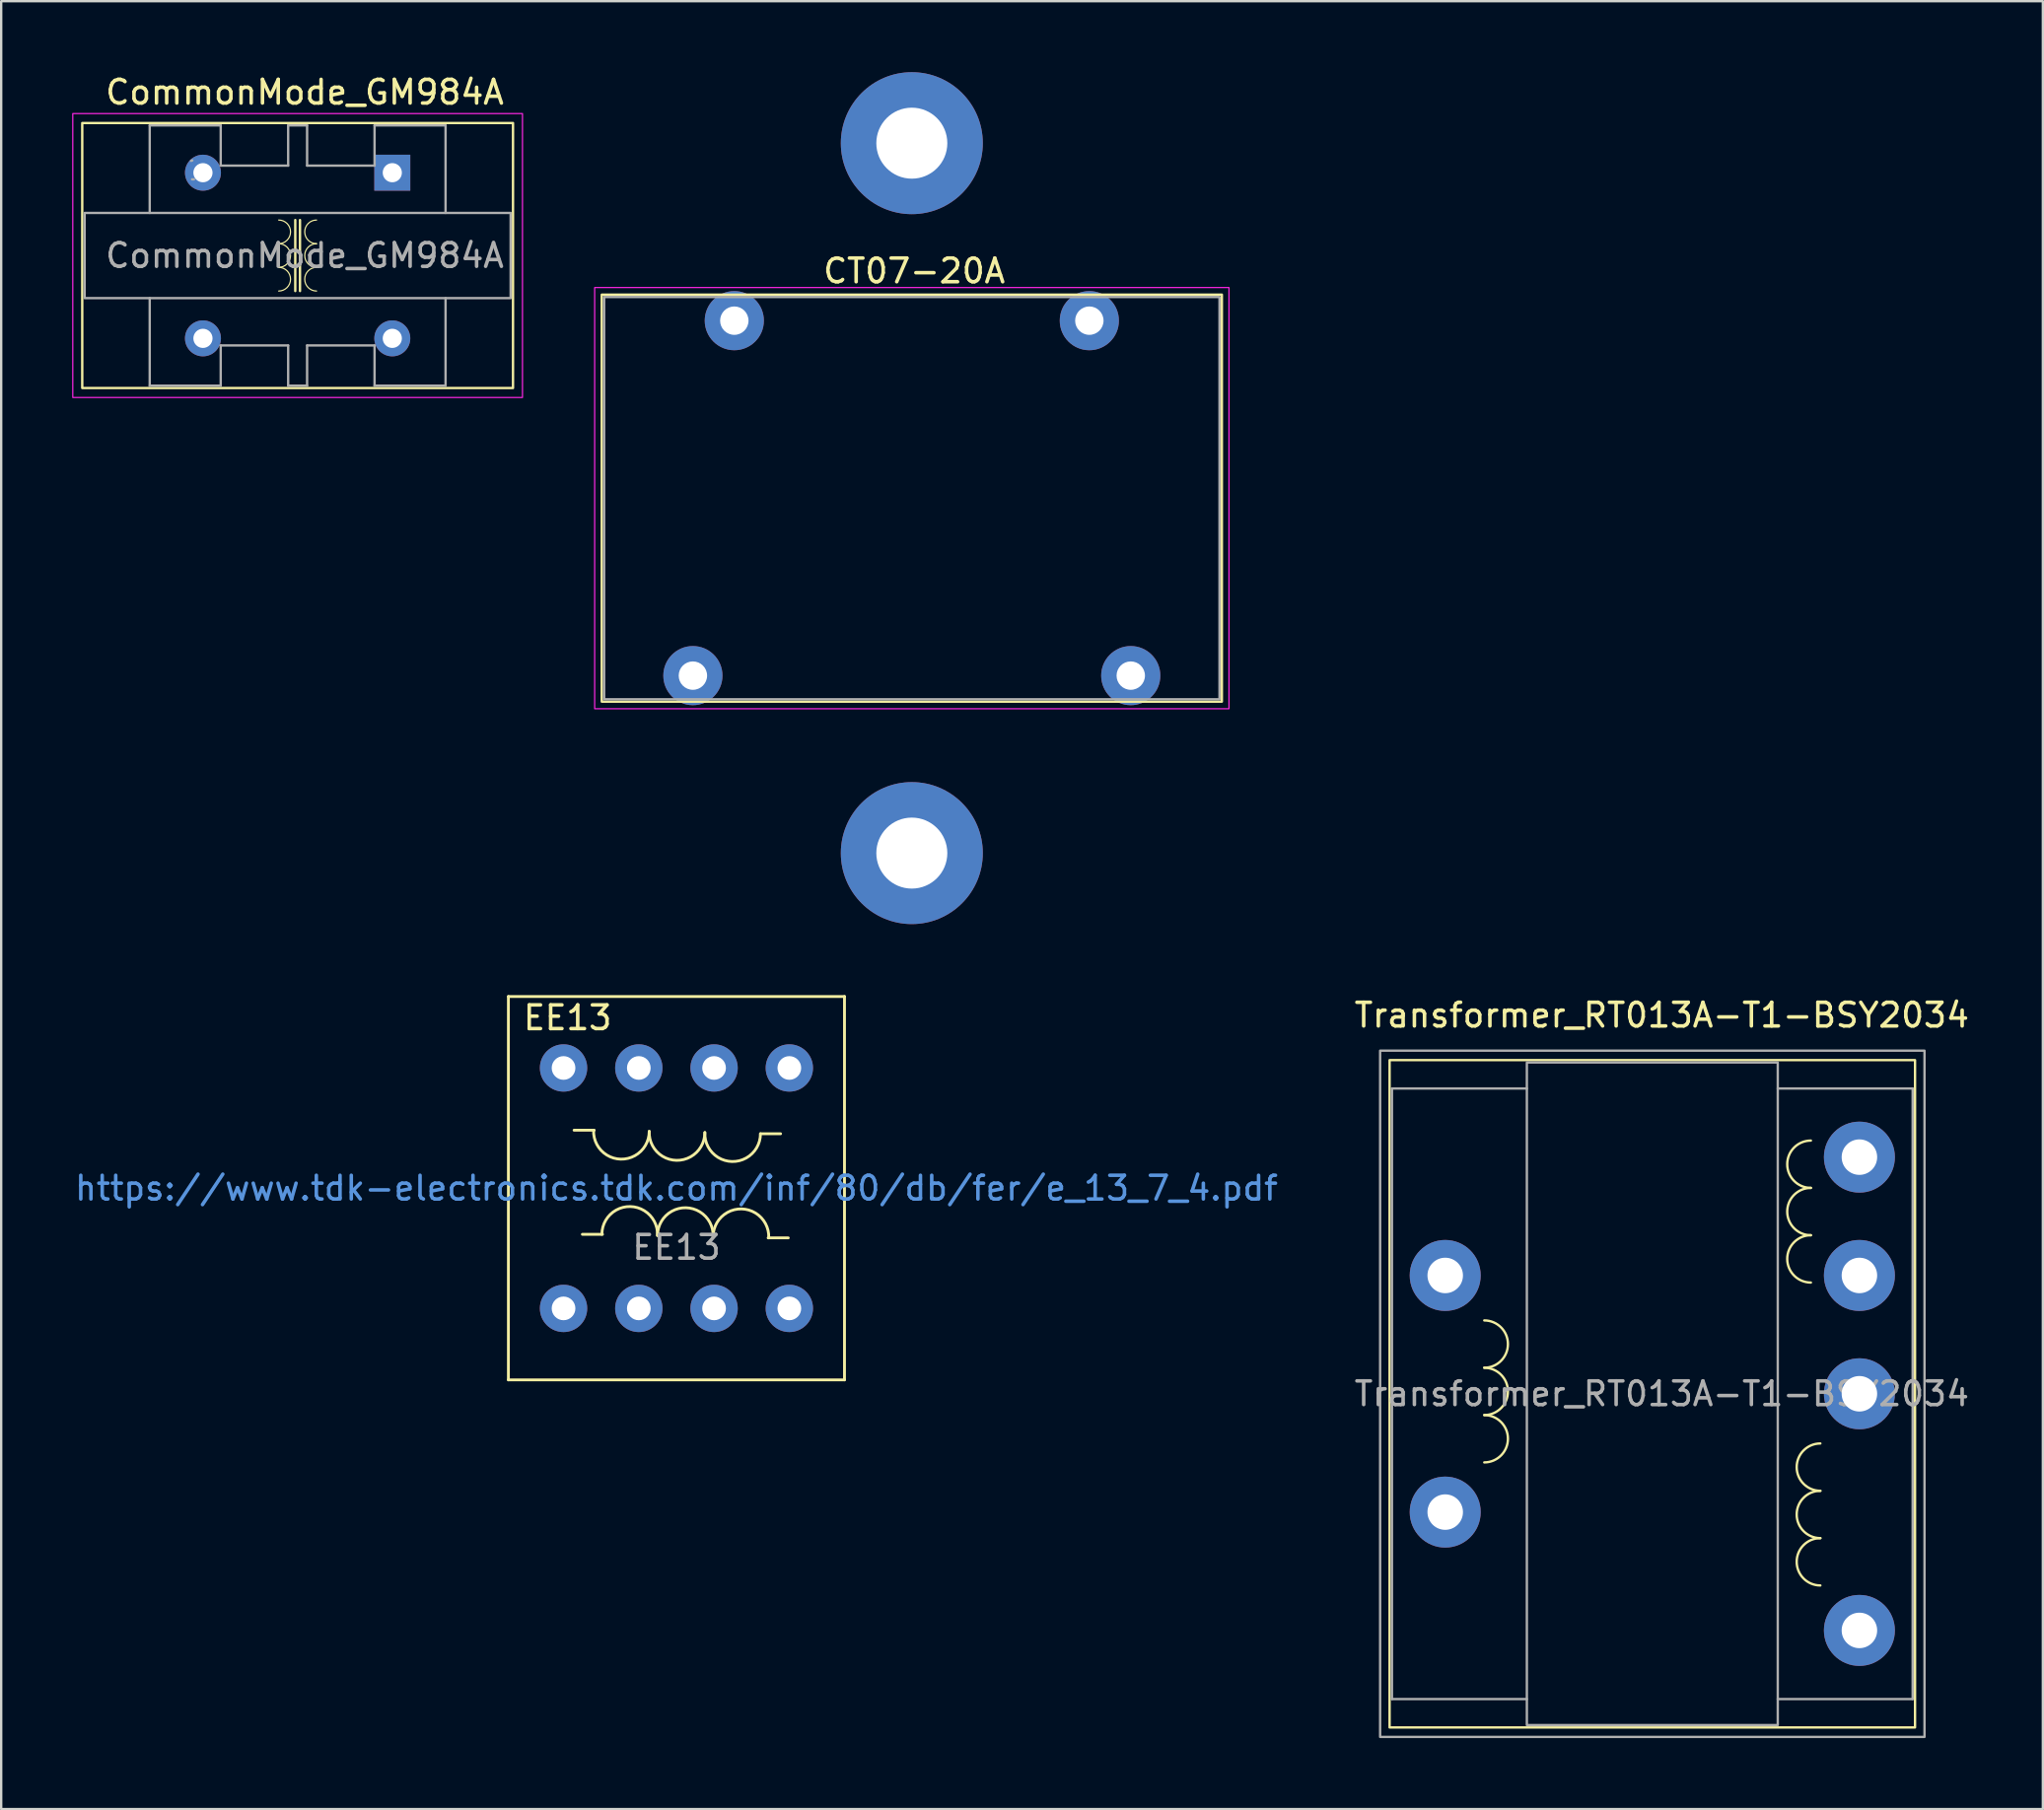
<source format=kicad_pcb>
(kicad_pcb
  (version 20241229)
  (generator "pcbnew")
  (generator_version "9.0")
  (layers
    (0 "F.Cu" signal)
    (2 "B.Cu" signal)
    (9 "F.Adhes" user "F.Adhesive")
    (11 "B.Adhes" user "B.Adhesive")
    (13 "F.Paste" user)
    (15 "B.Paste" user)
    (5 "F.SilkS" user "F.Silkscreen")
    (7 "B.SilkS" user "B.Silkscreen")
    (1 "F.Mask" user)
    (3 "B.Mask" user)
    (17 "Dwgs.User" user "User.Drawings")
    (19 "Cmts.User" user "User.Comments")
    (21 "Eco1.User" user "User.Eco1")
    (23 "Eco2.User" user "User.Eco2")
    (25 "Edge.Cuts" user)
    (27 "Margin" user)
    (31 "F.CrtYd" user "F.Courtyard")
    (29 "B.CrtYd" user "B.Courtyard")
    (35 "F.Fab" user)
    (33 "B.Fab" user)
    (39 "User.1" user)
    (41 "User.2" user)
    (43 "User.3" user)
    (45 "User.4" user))
  (footprint "Transformer_RT013A-T1-BSY2034"
    (layer "F.Cu")
    (at 66.761 55.848)
    (property "Reference" "Transformer_RT013A-T1-BSY2034" (at 0.4 -16 0) (layer "F.SilkS") (effects (font (size 1 1) (thickness 0.15))))
    (attr through_hole)
    (fp_rect (start 11.1 14.1) (end -11.1 -14.1) (stroke (width 0.1) (type solid)) (fill no) (layer "F.SilkS"))
    (fp_arc (start -7.1 -3.1) (mid -6.1 -2.1) (end -7.1 -1.1) (stroke (width 0.1) (type solid)) (layer "F.SilkS"))
    (fp_arc (start -7.1 -1.1) (mid -6.1 -0.1) (end -7.1 0.9) (stroke (width 0.1) (type solid)) (layer "F.SilkS"))
    (fp_arc (start -7.1 0.9) (mid -6.1 1.9) (end -7.1 2.9) (stroke (width 0.1) (type solid)) (layer "F.SilkS"))
    (fp_arc (start 6.7 -8.7) (mid 5.7 -9.7) (end 6.7 -10.7) (stroke (width 0.1) (type solid)) (layer "F.SilkS"))
    (fp_arc (start 6.7 -6.7) (mid 5.7 -7.7) (end 6.7 -8.7) (stroke (width 0.1) (type solid)) (layer "F.SilkS"))
    (fp_arc (start 6.7 -4.7) (mid 5.7 -5.7) (end 6.7 -6.7) (stroke (width 0.1) (type solid)) (layer "F.SilkS"))
    (fp_arc (start 7.1 4.1) (mid 6.1 3.1) (end 7.1 2.1) (stroke (width 0.1) (type solid)) (layer "F.SilkS"))
    (fp_arc (start 7.1 6.1) (mid 6.1 5.1) (end 7.1 4.1) (stroke (width 0.1) (type solid)) (layer "F.SilkS"))
    (fp_arc (start 7.1 8.1) (mid 6.1 7.1) (end 7.1 6.1) (stroke (width 0.1) (type solid)) (layer "F.SilkS"))
    (fp_line (start -11 -12.9) (end -11 12.9) (stroke (width 0.1) (type solid)) (layer "F.Fab"))
    (fp_line (start -11 12.9) (end -5.3 12.9) (stroke (width 0.1) (type solid)) (layer "F.Fab"))
    (fp_line (start -5.3 -12.9) (end -11 -12.9) (stroke (width 0.1) (type solid)) (layer "F.Fab"))
    (fp_line (start 5.3 -12.9) (end 11 -12.9) (stroke (width 0.1) (type solid)) (layer "F.Fab"))
    (fp_line (start 11 -12.9) (end 11 12.9) (stroke (width 0.1) (type solid)) (layer "F.Fab"))
    (fp_line (start 11 12.9) (end 5.3 12.9) (stroke (width 0.1) (type solid)) (layer "F.Fab"))
    (fp_rect (start -5.3 -14) (end 5.3 14) (stroke (width 0.1) (type solid)) (fill no) (layer "F.Fab"))
    (fp_rect (start 11.5 14.5) (end -11.5 -14.5) (stroke (width 0.1) (type solid)) (fill no) (layer "F.Fab"))
    (fp_text user "${REFERENCE}" (at 0.4 0 180) (layer "F.Fab") (effects (font (size 1 1) (thickness 0.15))))
    (pad "2" thru_hole circle (at -8.75 5) (size 3 3) (drill 1.5) (layers "*.Cu" "*.Mask"))
    (pad "4" thru_hole circle (at -8.75 -5) (size 3 3) (drill 1.5) (layers "*.Cu" "*.Mask"))
    (pad "6" thru_hole circle (at 8.75 -10) (size 3 3) (drill 1.5) (layers "*.Cu" "*.Mask"))
    (pad "7" thru_hole circle (at 8.75 -5) (size 3 3) (drill 1.5) (layers "*.Cu" "*.Mask"))
    (pad "8" thru_hole circle (at 8.75 0) (size 3 3) (drill 1.5) (layers "*.Cu" "*.Mask"))
    (pad "10" thru_hole circle (at 8.75 10) (size 3 3) (drill 1.5) (layers "*.Cu" "*.Mask")))
  (footprint "CT07-20A"
    (layer "F.Cu")
    (at 35.475 18)
    (property "Reference" "CT07-20A" (at 0.1 -9.6 0) (unlocked yes) (layer "F.SilkS") (effects (font (size 1 1) (thickness 0.15))))
    (attr through_hole)
    (fp_rect (start -13.1 -8.6) (end 13.1 8.6) (stroke (width 0.1) (type solid)) (fill no) (layer "F.SilkS"))
    (fp_rect (start -13.4 -8.9) (end 13.4 8.9) (stroke (width 0.05) (type solid)) (fill no) (layer "F.CrtYd"))
    (fp_rect (start -13 -8.5) (end 13 8.5) (stroke (width 0.1) (type solid)) (fill no) (layer "F.Fab"))
    (pad "1" thru_hole circle (at -7.5 -7.5) (size 2.5 2.5) (drill 1.2) (layers "*.Cu" "*.Mask"))
    (pad "2" thru_hole circle (at 7.5 -7.5) (size 2.5 2.5) (drill 1.2) (layers "*.Cu" "*.Mask"))
    (pad "3" thru_hole circle (at 9.25 7.5) (size 2.5 2.5) (drill 1.2) (layers "*.Cu" "*.Mask"))
    (pad "4" thru_hole circle (at 0 15) (size 6 6) (drill 3) (layers "*.Cu" "*.Mask"))
    (pad "5" thru_hole circle (at 0 -15) (size 6 6) (drill 3) (layers "*.Cu" "*.Mask"))
    (pad "6" thru_hole circle (at -9.25 7.5) (size 2.5 2.5) (drill 1.2) (layers "*.Cu" "*.Mask")))
  (footprint "EE13"
    (layer "F.Cu")
    (at 25.53 47.16)
    (property "Reference" "EE13" (at -4.6 -7.2 0) (unlocked yes) (layer "F.SilkS") (effects (font (size 1 1) (thickness 0.15))))
    (attr smd)
    (fp_line (start -7.1 -8.1) (end 7.1 -8.1) (stroke (width 0.12) (type solid)) (layer "F.SilkS"))
    (fp_line (start -7.1 8.1) (end -7.1 -8.1) (stroke (width 0.12) (type solid)) (layer "F.SilkS"))
    (fp_line (start -4.325 -2.45) (end -3.475 -2.45) (stroke (width 0.12) (type solid)) (layer "F.SilkS"))
    (fp_line (start -3.975 1.95) (end -3.125 1.95) (stroke (width 0.12) (type solid)) (layer "F.SilkS"))
    (fp_line (start 3.55 -2.3) (end 4.4 -2.3) (stroke (width 0.12) (type solid)) (layer "F.SilkS"))
    (fp_line (start 3.875 2.1) (end 4.725 2.1) (stroke (width 0.12) (type solid)) (layer "F.SilkS"))
    (fp_line (start 7.1 -8.1) (end 7.1 8.1) (stroke (width 0.12) (type solid)) (layer "F.SilkS"))
    (fp_line (start 7.1 8.1) (end -7.1 8.1) (stroke (width 0.12) (type solid)) (layer "F.SilkS"))
    (fp_arc (start -3.15 1.95) (mid -1.949462 0.774734) (end -0.8 2) (stroke (width 0.12) (type solid)) (layer "F.SilkS"))
    (fp_arc (start -1.15 -2.4) (mid -2.350538 -1.224734) (end -3.5 -2.45) (stroke (width 0.12) (type solid)) (layer "F.SilkS"))
    (fp_arc (start -0.8 2) (mid 0.400538 0.824734) (end 1.55 2.05) (stroke (width 0.12) (type solid)) (layer "F.SilkS"))
    (fp_arc (start 1.2 -2.35) (mid -0.000538 -1.174734) (end -1.15 -2.4) (stroke (width 0.12) (type solid)) (layer "F.SilkS"))
    (fp_arc (start 1.55 2.05) (mid 2.750538 0.874734) (end 3.9 2.1) (stroke (width 0.12) (type solid)) (layer "F.SilkS"))
    (fp_arc (start 3.55 -2.3) (mid 2.349462 -1.124734) (end 1.2 -2.35) (stroke (width 0.12) (type solid)) (layer "F.SilkS"))
    (fp_text user "https://www.tdk-electronics.tdk.com/inf/80/db/fer/e_13_7_4.pdf" (at 0 0 0) (layer "Cmts.User") (effects (font (size 1 1) (thickness 0.15))))
    (fp_text user "${REFERENCE}" (at 0 2.5 0) (unlocked yes) (layer "F.Fab") (effects (font (size 1 1) (thickness 0.15))))
    (pad "1" thru_hole circle (at -4.77 5.08) (size 2 2) (drill 1) (layers "*.Cu" "*.Mask"))
    (pad "2" thru_hole circle (at -1.59 5.08) (size 2 2) (drill 1) (layers "*.Cu" "*.Mask"))
    (pad "3" thru_hole circle (at 1.59 5.08) (size 2 2) (drill 1) (layers "*.Cu" "*.Mask"))
    (pad "4" thru_hole circle (at 4.77 5.08) (size 2 2) (drill 1) (layers "*.Cu" "*.Mask"))
    (pad "5" thru_hole circle (at 4.77 -5.08) (size 2 2) (drill 1) (layers "*.Cu" "*.Mask"))
    (pad "6" thru_hole circle (at 1.59 -5.08) (size 2 2) (drill 1) (layers "*.Cu" "*.Mask"))
    (pad "7" thru_hole circle (at -1.59 -5.08) (size 2 2) (drill 1) (layers "*.Cu" "*.Mask"))
    (pad "8" thru_hole circle (at -4.77 -5.08) (size 2 2) (drill 1) (layers "*.Cu" "*.Mask")))
  (footprint "CommonMode_GM984A"
    (layer "F.Cu")
    (at 9.525 7.748)
    (property "Reference" "CommonMode_GM984A" (at 0.3 -6.9 0) (layer "F.SilkS") (effects (font (size 1 1) (thickness 0.15))))
    (attr through_hole)
    (fp_line (start -0.1 -1.5) (end -0.1 1.5) (stroke (width 0.1) (type solid)) (layer "F.SilkS"))
    (fp_line (start 0.1 -1.5) (end 0.1 1.5) (stroke (width 0.1) (type solid)) (layer "F.SilkS"))
    (fp_rect (start 9.1 5.6) (end -9.1 -5.6) (stroke (width 0.1) (type solid)) (fill no) (layer "F.SilkS"))
    (fp_arc (start -0.8 -1.5) (mid -0.3 -1) (end -0.8 -0.5) (stroke (width 0.05) (type solid)) (layer "F.SilkS"))
    (fp_arc (start -0.8 -0.5) (mid -0.3 0) (end -0.8 0.5) (stroke (width 0.05) (type solid)) (layer "F.SilkS"))
    (fp_arc (start -0.8 0.5) (mid -0.3 1) (end -0.8 1.5) (stroke (width 0.05) (type solid)) (layer "F.SilkS"))
    (fp_arc (start 0.8 -0.5) (mid 0.3 -1) (end 0.8 -1.5) (stroke (width 0.05) (type solid)) (layer "F.SilkS"))
    (fp_arc (start 0.8 0.5) (mid 0.3 0) (end 0.8 -0.5) (stroke (width 0.05) (type solid)) (layer "F.SilkS"))
    (fp_arc (start 0.8 1.5) (mid 0.3 1) (end 0.8 0.5) (stroke (width 0.05) (type solid)) (layer "F.SilkS"))
    (fp_rect (start -9.5 -6) (end 9.5 6) (stroke (width 0.05) (type solid)) (fill no) (layer "F.CrtYd"))
    (fp_line (start -6.25 -5.5) (end -3.25 -5.5) (stroke (width 0.1) (type solid)) (layer "F.Fab"))
    (fp_line (start -6.25 -1.8) (end -6.25 -5.5) (stroke (width 0.1) (type solid)) (layer "F.Fab"))
    (fp_line (start -6.25 1.8) (end -6.25 5.5) (stroke (width 0.1) (type solid)) (layer "F.Fab"))
    (fp_line (start -6.25 5.5) (end -3.25 5.5) (stroke (width 0.1) (type solid)) (layer "F.Fab"))
    (fp_line (start -4.45 -4.02) (end -4.5 -4) (stroke (width 0.1) (type solid)) (layer "F.Fab"))
    (fp_line (start -4.38 -3.22) (end -4.46 -3.22) (stroke (width 0.1) (type solid)) (layer "F.Fab"))
    (fp_line (start -3.25 -5.5) (end -3.25 -3.8) (stroke (width 0.1) (type solid)) (layer "F.Fab"))
    (fp_line (start -3.25 -3.8) (end -0.4 -3.8) (stroke (width 0.1) (type solid)) (layer "F.Fab"))
    (fp_line (start -3.25 3.8) (end -0.4 3.8) (stroke (width 0.1) (type solid)) (layer "F.Fab"))
    (fp_line (start -3.25 5.5) (end -3.25 3.8) (stroke (width 0.1) (type solid)) (layer "F.Fab"))
    (fp_line (start -0.4 -5.5) (end 0.4 -5.5) (stroke (width 0.1) (type solid)) (layer "F.Fab"))
    (fp_line (start -0.4 -3.8) (end -0.4 -5.5) (stroke (width 0.1) (type solid)) (layer "F.Fab"))
    (fp_line (start -0.4 3.8) (end -0.4 5.5) (stroke (width 0.1) (type solid)) (layer "F.Fab"))
    (fp_line (start -0.4 5.5) (end 0.4 5.5) (stroke (width 0.1) (type solid)) (layer "F.Fab"))
    (fp_line (start 0.4 -5.5) (end 0.4 -3.8) (stroke (width 0.1) (type solid)) (layer "F.Fab"))
    (fp_line (start 0.4 -3.8) (end 3.25 -3.8) (stroke (width 0.1) (type solid)) (layer "F.Fab"))
    (fp_line (start 0.4 3.8) (end 3.25 3.8) (stroke (width 0.1) (type solid)) (layer "F.Fab"))
    (fp_line (start 0.4 5.5) (end 0.4 3.8) (stroke (width 0.1) (type solid)) (layer "F.Fab"))
    (fp_line (start 3.25 -3.8) (end 3.25 -5.5) (stroke (width 0.1) (type solid)) (layer "F.Fab"))
    (fp_line (start 3.25 3.8) (end 3.25 5.5) (stroke (width 0.1) (type solid)) (layer "F.Fab"))
    (fp_line (start 3.25 5.5) (end 6.25 5.5) (stroke (width 0.1) (type solid)) (layer "F.Fab"))
    (fp_line (start 6.25 -5.5) (end 3.25 -5.5) (stroke (width 0.1) (type solid)) (layer "F.Fab"))
    (fp_line (start 6.25 -1.8) (end 6.25 -5.5) (stroke (width 0.1) (type solid)) (layer "F.Fab"))
    (fp_line (start 6.25 5.5) (end 6.25 1.8) (stroke (width 0.1) (type solid)) (layer "F.Fab"))
    (fp_rect (start 9 1.8) (end -9 -1.8) (stroke (width 0.1) (type solid)) (fill no) (layer "F.Fab"))
    (fp_text user "${REFERENCE}" (at 0.3 0 0) (layer "F.Fab") (effects (font (size 1 1) (thickness 0.15))))
    (pad "1" thru_hole rect (at 4 -3.5) (size 1.52 1.52) (drill 0.81) (layers "*.Cu" "*.Mask"))
    (pad "3" thru_hole circle (at 4 3.5) (size 1.52 1.52) (drill 0.81) (layers "*.Cu" "*.Mask"))
    (pad "4" thru_hole circle (at -4 3.5) (size 1.52 1.52) (drill 0.81) (layers "*.Cu" "*.Mask"))
    (pad "6" thru_hole circle (at -4 -3.5) (size 1.52 1.52) (drill 0.81) (layers "*.Cu" "*.Mask")))
  (gr_rect
    (start -3 -3)
    (end 83.262 73.398)
    (stroke (width 0.1) (type default))
    (fill no)
    (layer "Edge.Cuts")))
</source>
